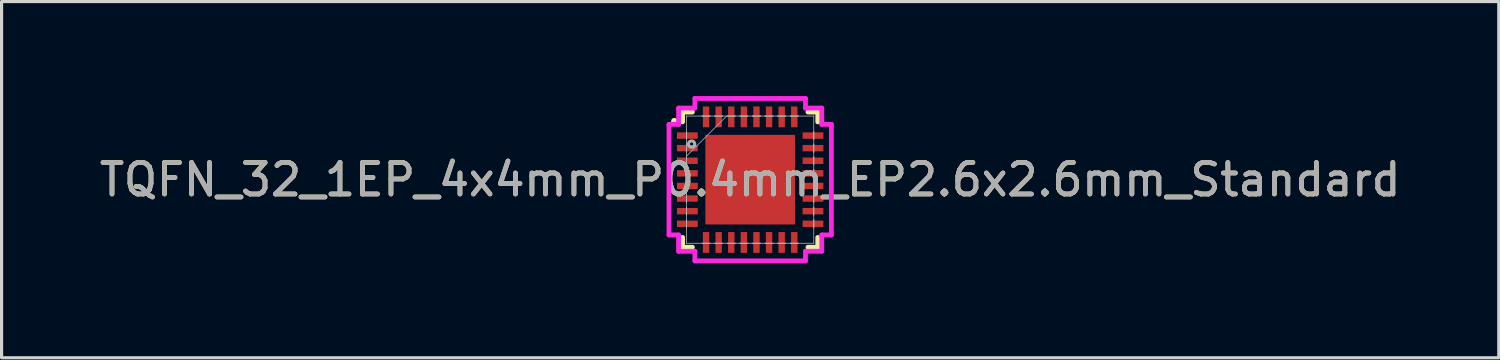
<source format=kicad_pcb>
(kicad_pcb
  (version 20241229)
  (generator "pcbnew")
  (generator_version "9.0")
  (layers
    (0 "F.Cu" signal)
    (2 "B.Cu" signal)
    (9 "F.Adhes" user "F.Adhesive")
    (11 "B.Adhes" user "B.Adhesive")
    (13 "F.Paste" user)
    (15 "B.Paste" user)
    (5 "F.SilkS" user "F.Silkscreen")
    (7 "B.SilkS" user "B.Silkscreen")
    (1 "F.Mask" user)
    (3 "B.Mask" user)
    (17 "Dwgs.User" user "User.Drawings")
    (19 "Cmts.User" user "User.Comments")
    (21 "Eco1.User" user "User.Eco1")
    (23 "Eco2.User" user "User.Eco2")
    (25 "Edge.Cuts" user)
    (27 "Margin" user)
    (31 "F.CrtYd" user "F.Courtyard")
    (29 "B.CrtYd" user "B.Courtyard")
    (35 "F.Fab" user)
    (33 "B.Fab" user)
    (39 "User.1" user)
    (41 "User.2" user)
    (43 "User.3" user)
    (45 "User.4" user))
  (footprint "TQFN_32_1EP_4x4mm_P0.4mm_EP2.6x2.6mm_Standard"
    (layer "F.Cu")
    (at 20.768 2.654)
    (property "Reference" "TQFN_32_1EP_4x4mm_P0.4mm_EP2.6x2.6mm_Standard" (at 0 0 0) (unlocked yes) (layer "F.SilkS") (effects (font (size 1 1) (thickness 0.15))))
    (attr smd)
    (fp_line (start -2.146 -2.146) (end -2.146 -1.834) (stroke (width 0.152) (type solid)) (layer "F.SilkS"))
    (fp_line (start -2.146 1.834) (end -2.146 2.146) (stroke (width 0.152) (type solid)) (layer "F.SilkS"))
    (fp_line (start -2.146 2.146) (end -1.834 2.146) (stroke (width 0.152) (type solid)) (layer "F.SilkS"))
    (fp_line (start -1.834 -2.146) (end -2.146 -2.146) (stroke (width 0.152) (type solid)) (layer "F.SilkS"))
    (fp_line (start 1.834 2.146) (end 2.146 2.146) (stroke (width 0.152) (type solid)) (layer "F.SilkS"))
    (fp_line (start 2.146 -2.146) (end 1.834 -2.146) (stroke (width 0.152) (type solid)) (layer "F.SilkS"))
    (fp_line (start 2.146 -1.834) (end 2.146 -2.146) (stroke (width 0.152) (type solid)) (layer "F.SilkS"))
    (fp_line (start 2.146 2.146) (end 2.146 1.834) (stroke (width 0.152) (type solid)) (layer "F.SilkS"))
    (fp_circle (center -2.41 -1.86) (end -2.31 -1.86) (stroke (width 0) (type solid)) (fill yes) (layer "F.SilkS"))
    (fp_poly (pts (xy -1.322 -1.322) (xy -1.322 -0.1) (xy -0.1 -0.1) (xy -0.1 -1.322)) (stroke (width 0) (type solid)) (fill yes) (layer "F.Paste"))
    (fp_poly (pts (xy -1.322 0.1) (xy -1.322 1.322) (xy -0.1 1.322) (xy -0.1 0.1)) (stroke (width 0) (type solid)) (fill yes) (layer "F.Paste"))
    (fp_poly (pts (xy 0.1 -1.322) (xy 0.1 -0.1) (xy 1.322 -0.1) (xy 1.322 -1.322)) (stroke (width 0) (type solid)) (fill yes) (layer "F.Paste"))
    (fp_poly (pts (xy 0.1 0.1) (xy 0.1 1.322) (xy 1.322 1.322) (xy 1.322 0.1)) (stroke (width 0) (type solid)) (fill yes) (layer "F.Paste"))
    (fp_line (start -2.578 -1.756) (end -2.273 -1.756) (stroke (width 0.152) (type solid)) (layer "F.CrtYd"))
    (fp_line (start -2.578 1.756) (end -2.578 -1.756) (stroke (width 0.152) (type solid)) (layer "F.CrtYd"))
    (fp_line (start -2.273 -2.273) (end -1.756 -2.273) (stroke (width 0.152) (type solid)) (layer "F.CrtYd"))
    (fp_line (start -2.273 -1.756) (end -2.273 -2.273) (stroke (width 0.152) (type solid)) (layer "F.CrtYd"))
    (fp_line (start -2.273 1.756) (end -2.578 1.756) (stroke (width 0.152) (type solid)) (layer "F.CrtYd"))
    (fp_line (start -2.273 2.273) (end -2.273 1.756) (stroke (width 0.152) (type solid)) (layer "F.CrtYd"))
    (fp_line (start -1.756 -2.578) (end 1.756 -2.578) (stroke (width 0.152) (type solid)) (layer "F.CrtYd"))
    (fp_line (start -1.756 -2.273) (end -1.756 -2.578) (stroke (width 0.152) (type solid)) (layer "F.CrtYd"))
    (fp_line (start -1.756 2.273) (end -2.273 2.273) (stroke (width 0.152) (type solid)) (layer "F.CrtYd"))
    (fp_line (start -1.756 2.578) (end -1.756 2.273) (stroke (width 0.152) (type solid)) (layer "F.CrtYd"))
    (fp_line (start 1.756 -2.578) (end 1.756 -2.273) (stroke (width 0.152) (type solid)) (layer "F.CrtYd"))
    (fp_line (start 1.756 -2.273) (end 2.273 -2.273) (stroke (width 0.152) (type solid)) (layer "F.CrtYd"))
    (fp_line (start 1.756 2.273) (end 1.756 2.578) (stroke (width 0.152) (type solid)) (layer "F.CrtYd"))
    (fp_line (start 1.756 2.578) (end -1.756 2.578) (stroke (width 0.152) (type solid)) (layer "F.CrtYd"))
    (fp_line (start 2.273 -2.273) (end 2.273 -1.756) (stroke (width 0.152) (type solid)) (layer "F.CrtYd"))
    (fp_line (start 2.273 -1.756) (end 2.578 -1.756) (stroke (width 0.152) (type solid)) (layer "F.CrtYd"))
    (fp_line (start 2.273 1.756) (end 2.273 2.273) (stroke (width 0.152) (type solid)) (layer "F.CrtYd"))
    (fp_line (start 2.273 2.273) (end 1.756 2.273) (stroke (width 0.152) (type solid)) (layer "F.CrtYd"))
    (fp_line (start 2.578 -1.756) (end 2.578 1.756) (stroke (width 0.152) (type solid)) (layer "F.CrtYd"))
    (fp_line (start 2.578 1.756) (end 2.273 1.756) (stroke (width 0.152) (type solid)) (layer "F.CrtYd"))
    (fp_line (start -2.019 -2.019) (end -2.019 -2.019) (stroke (width 0.025) (type solid)) (layer "F.Fab"))
    (fp_line (start -2.019 -2.019) (end -2.019 2.019) (stroke (width 0.025) (type solid)) (layer "F.Fab"))
    (fp_line (start -2.019 -1.527) (end -2.019 -1.527) (stroke (width 0.025) (type solid)) (layer "F.Fab"))
    (fp_line (start -2.019 -1.527) (end -2.019 -1.273) (stroke (width 0.025) (type solid)) (layer "F.Fab"))
    (fp_line (start -2.019 -1.273) (end -2.019 -1.527) (stroke (width 0.025) (type solid)) (layer "F.Fab"))
    (fp_line (start -2.019 -1.273) (end -2.019 -1.273) (stroke (width 0.025) (type solid)) (layer "F.Fab"))
    (fp_line (start -2.019 -1.127) (end -2.019 -1.127) (stroke (width 0.025) (type solid)) (layer "F.Fab"))
    (fp_line (start -2.019 -1.127) (end -2.019 -0.873) (stroke (width 0.025) (type solid)) (layer "F.Fab"))
    (fp_line (start -2.019 -0.873) (end -2.019 -1.127) (stroke (width 0.025) (type solid)) (layer "F.Fab"))
    (fp_line (start -2.019 -0.873) (end -2.019 -0.873) (stroke (width 0.025) (type solid)) (layer "F.Fab"))
    (fp_line (start -2.019 -0.749) (end -0.749 -2.019) (stroke (width 0.025) (type solid)) (layer "F.Fab"))
    (fp_line (start -2.019 -0.727) (end -2.019 -0.727) (stroke (width 0.025) (type solid)) (layer "F.Fab"))
    (fp_line (start -2.019 -0.727) (end -2.019 -0.473) (stroke (width 0.025) (type solid)) (layer "F.Fab"))
    (fp_line (start -2.019 -0.473) (end -2.019 -0.727) (stroke (width 0.025) (type solid)) (layer "F.Fab"))
    (fp_line (start -2.019 -0.473) (end -2.019 -0.473) (stroke (width 0.025) (type solid)) (layer "F.Fab"))
    (fp_line (start -2.019 -0.327) (end -2.019 -0.327) (stroke (width 0.025) (type solid)) (layer "F.Fab"))
    (fp_line (start -2.019 -0.327) (end -2.019 -0.073) (stroke (width 0.025) (type solid)) (layer "F.Fab"))
    (fp_line (start -2.019 -0.073) (end -2.019 -0.327) (stroke (width 0.025) (type solid)) (layer "F.Fab"))
    (fp_line (start -2.019 -0.073) (end -2.019 -0.073) (stroke (width 0.025) (type solid)) (layer "F.Fab"))
    (fp_line (start -2.019 0.073) (end -2.019 0.073) (stroke (width 0.025) (type solid)) (layer "F.Fab"))
    (fp_line (start -2.019 0.073) (end -2.019 0.327) (stroke (width 0.025) (type solid)) (layer "F.Fab"))
    (fp_line (start -2.019 0.327) (end -2.019 0.073) (stroke (width 0.025) (type solid)) (layer "F.Fab"))
    (fp_line (start -2.019 0.327) (end -2.019 0.327) (stroke (width 0.025) (type solid)) (layer "F.Fab"))
    (fp_line (start -2.019 0.473) (end -2.019 0.473) (stroke (width 0.025) (type solid)) (layer "F.Fab"))
    (fp_line (start -2.019 0.473) (end -2.019 0.727) (stroke (width 0.025) (type solid)) (layer "F.Fab"))
    (fp_line (start -2.019 0.727) (end -2.019 0.473) (stroke (width 0.025) (type solid)) (layer "F.Fab"))
    (fp_line (start -2.019 0.727) (end -2.019 0.727) (stroke (width 0.025) (type solid)) (layer "F.Fab"))
    (fp_line (start -2.019 0.873) (end -2.019 0.873) (stroke (width 0.025) (type solid)) (layer "F.Fab"))
    (fp_line (start -2.019 0.873) (end -2.019 1.127) (stroke (width 0.025) (type solid)) (layer "F.Fab"))
    (fp_line (start -2.019 1.127) (end -2.019 0.873) (stroke (width 0.025) (type solid)) (layer "F.Fab"))
    (fp_line (start -2.019 1.127) (end -2.019 1.127) (stroke (width 0.025) (type solid)) (layer "F.Fab"))
    (fp_line (start -2.019 1.273) (end -2.019 1.273) (stroke (width 0.025) (type solid)) (layer "F.Fab"))
    (fp_line (start -2.019 1.273) (end -2.019 1.527) (stroke (width 0.025) (type solid)) (layer "F.Fab"))
    (fp_line (start -2.019 1.527) (end -2.019 1.273) (stroke (width 0.025) (type solid)) (layer "F.Fab"))
    (fp_line (start -2.019 1.527) (end -2.019 1.527) (stroke (width 0.025) (type solid)) (layer "F.Fab"))
    (fp_line (start -2.019 2.019) (end -2.019 2.019) (stroke (width 0.025) (type solid)) (layer "F.Fab"))
    (fp_line (start -2.019 2.019) (end 2.019 2.019) (stroke (width 0.025) (type solid)) (layer "F.Fab"))
    (fp_line (start -1.527 -2.019) (end -1.527 -2.019) (stroke (width 0.025) (type solid)) (layer "F.Fab"))
    (fp_line (start -1.527 -2.019) (end -1.273 -2.019) (stroke (width 0.025) (type solid)) (layer "F.Fab"))
    (fp_line (start -1.527 2.019) (end -1.527 2.019) (stroke (width 0.025) (type solid)) (layer "F.Fab"))
    (fp_line (start -1.527 2.019) (end -1.273 2.019) (stroke (width 0.025) (type solid)) (layer "F.Fab"))
    (fp_line (start -1.273 -2.019) (end -1.527 -2.019) (stroke (width 0.025) (type solid)) (layer "F.Fab"))
    (fp_line (start -1.273 -2.019) (end -1.273 -2.019) (stroke (width 0.025) (type solid)) (layer "F.Fab"))
    (fp_line (start -1.273 2.019) (end -1.527 2.019) (stroke (width 0.025) (type solid)) (layer "F.Fab"))
    (fp_line (start -1.273 2.019) (end -1.273 2.019) (stroke (width 0.025) (type solid)) (layer "F.Fab"))
    (fp_line (start -1.127 -2.019) (end -1.127 -2.019) (stroke (width 0.025) (type solid)) (layer "F.Fab"))
    (fp_line (start -1.127 -2.019) (end -0.873 -2.019) (stroke (width 0.025) (type solid)) (layer "F.Fab"))
    (fp_line (start -1.127 2.019) (end -1.127 2.019) (stroke (width 0.025) (type solid)) (layer "F.Fab"))
    (fp_line (start -1.127 2.019) (end -0.873 2.019) (stroke (width 0.025) (type solid)) (layer "F.Fab"))
    (fp_line (start -0.873 -2.019) (end -1.127 -2.019) (stroke (width 0.025) (type solid)) (layer "F.Fab"))
    (fp_line (start -0.873 -2.019) (end -0.873 -2.019) (stroke (width 0.025) (type solid)) (layer "F.Fab"))
    (fp_line (start -0.873 2.019) (end -1.127 2.019) (stroke (width 0.025) (type solid)) (layer "F.Fab"))
    (fp_line (start -0.873 2.019) (end -0.873 2.019) (stroke (width 0.025) (type solid)) (layer "F.Fab"))
    (fp_line (start -0.727 -2.019) (end -0.727 -2.019) (stroke (width 0.025) (type solid)) (layer "F.Fab"))
    (fp_line (start -0.727 -2.019) (end -0.473 -2.019) (stroke (width 0.025) (type solid)) (layer "F.Fab"))
    (fp_line (start -0.727 2.019) (end -0.727 2.019) (stroke (width 0.025) (type solid)) (layer "F.Fab"))
    (fp_line (start -0.727 2.019) (end -0.473 2.019) (stroke (width 0.025) (type solid)) (layer "F.Fab"))
    (fp_line (start -0.473 -2.019) (end -0.727 -2.019) (stroke (width 0.025) (type solid)) (layer "F.Fab"))
    (fp_line (start -0.473 -2.019) (end -0.473 -2.019) (stroke (width 0.025) (type solid)) (layer "F.Fab"))
    (fp_line (start -0.473 2.019) (end -0.727 2.019) (stroke (width 0.025) (type solid)) (layer "F.Fab"))
    (fp_line (start -0.473 2.019) (end -0.473 2.019) (stroke (width 0.025) (type solid)) (layer "F.Fab"))
    (fp_line (start -0.327 -2.019) (end -0.327 -2.019) (stroke (width 0.025) (type solid)) (layer "F.Fab"))
    (fp_line (start -0.327 -2.019) (end -0.073 -2.019) (stroke (width 0.025) (type solid)) (layer "F.Fab"))
    (fp_line (start -0.327 2.019) (end -0.327 2.019) (stroke (width 0.025) (type solid)) (layer "F.Fab"))
    (fp_line (start -0.327 2.019) (end -0.073 2.019) (stroke (width 0.025) (type solid)) (layer "F.Fab"))
    (fp_line (start -0.073 -2.019) (end -0.327 -2.019) (stroke (width 0.025) (type solid)) (layer "F.Fab"))
    (fp_line (start -0.073 -2.019) (end -0.073 -2.019) (stroke (width 0.025) (type solid)) (layer "F.Fab"))
    (fp_line (start -0.073 2.019) (end -0.327 2.019) (stroke (width 0.025) (type solid)) (layer "F.Fab"))
    (fp_line (start -0.073 2.019) (end -0.073 2.019) (stroke (width 0.025) (type solid)) (layer "F.Fab"))
    (fp_line (start 0.073 -2.019) (end 0.073 -2.019) (stroke (width 0.025) (type solid)) (layer "F.Fab"))
    (fp_line (start 0.073 -2.019) (end 0.327 -2.019) (stroke (width 0.025) (type solid)) (layer "F.Fab"))
    (fp_line (start 0.073 2.019) (end 0.073 2.019) (stroke (width 0.025) (type solid)) (layer "F.Fab"))
    (fp_line (start 0.073 2.019) (end 0.327 2.019) (stroke (width 0.025) (type solid)) (layer "F.Fab"))
    (fp_line (start 0.327 -2.019) (end 0.073 -2.019) (stroke (width 0.025) (type solid)) (layer "F.Fab"))
    (fp_line (start 0.327 -2.019) (end 0.327 -2.019) (stroke (width 0.025) (type solid)) (layer "F.Fab"))
    (fp_line (start 0.327 2.019) (end 0.073 2.019) (stroke (width 0.025) (type solid)) (layer "F.Fab"))
    (fp_line (start 0.327 2.019) (end 0.327 2.019) (stroke (width 0.025) (type solid)) (layer "F.Fab"))
    (fp_line (start 0.473 -2.019) (end 0.473 -2.019) (stroke (width 0.025) (type solid)) (layer "F.Fab"))
    (fp_line (start 0.473 -2.019) (end 0.727 -2.019) (stroke (width 0.025) (type solid)) (layer "F.Fab"))
    (fp_line (start 0.473 2.019) (end 0.473 2.019) (stroke (width 0.025) (type solid)) (layer "F.Fab"))
    (fp_line (start 0.473 2.019) (end 0.727 2.019) (stroke (width 0.025) (type solid)) (layer "F.Fab"))
    (fp_line (start 0.727 -2.019) (end 0.473 -2.019) (stroke (width 0.025) (type solid)) (layer "F.Fab"))
    (fp_line (start 0.727 -2.019) (end 0.727 -2.019) (stroke (width 0.025) (type solid)) (layer "F.Fab"))
    (fp_line (start 0.727 2.019) (end 0.473 2.019) (stroke (width 0.025) (type solid)) (layer "F.Fab"))
    (fp_line (start 0.727 2.019) (end 0.727 2.019) (stroke (width 0.025) (type solid)) (layer "F.Fab"))
    (fp_line (start 0.873 -2.019) (end 0.873 -2.019) (stroke (width 0.025) (type solid)) (layer "F.Fab"))
    (fp_line (start 0.873 -2.019) (end 1.127 -2.019) (stroke (width 0.025) (type solid)) (layer "F.Fab"))
    (fp_line (start 0.873 2.019) (end 0.873 2.019) (stroke (width 0.025) (type solid)) (layer "F.Fab"))
    (fp_line (start 0.873 2.019) (end 1.127 2.019) (stroke (width 0.025) (type solid)) (layer "F.Fab"))
    (fp_line (start 1.127 -2.019) (end 0.873 -2.019) (stroke (width 0.025) (type solid)) (layer "F.Fab"))
    (fp_line (start 1.127 -2.019) (end 1.127 -2.019) (stroke (width 0.025) (type solid)) (layer "F.Fab"))
    (fp_line (start 1.127 2.019) (end 0.873 2.019) (stroke (width 0.025) (type solid)) (layer "F.Fab"))
    (fp_line (start 1.127 2.019) (end 1.127 2.019) (stroke (width 0.025) (type solid)) (layer "F.Fab"))
    (fp_line (start 1.273 -2.019) (end 1.273 -2.019) (stroke (width 0.025) (type solid)) (layer "F.Fab"))
    (fp_line (start 1.273 -2.019) (end 1.527 -2.019) (stroke (width 0.025) (type solid)) (layer "F.Fab"))
    (fp_line (start 1.273 2.019) (end 1.273 2.019) (stroke (width 0.025) (type solid)) (layer "F.Fab"))
    (fp_line (start 1.273 2.019) (end 1.527 2.019) (stroke (width 0.025) (type solid)) (layer "F.Fab"))
    (fp_line (start 1.527 -2.019) (end 1.273 -2.019) (stroke (width 0.025) (type solid)) (layer "F.Fab"))
    (fp_line (start 1.527 -2.019) (end 1.527 -2.019) (stroke (width 0.025) (type solid)) (layer "F.Fab"))
    (fp_line (start 1.527 2.019) (end 1.273 2.019) (stroke (width 0.025) (type solid)) (layer "F.Fab"))
    (fp_line (start 1.527 2.019) (end 1.527 2.019) (stroke (width 0.025) (type solid)) (layer "F.Fab"))
    (fp_line (start 2.019 -2.019) (end -2.019 -2.019) (stroke (width 0.025) (type solid)) (layer "F.Fab"))
    (fp_line (start 2.019 -2.019) (end 2.019 -2.019) (stroke (width 0.025) (type solid)) (layer "F.Fab"))
    (fp_line (start 2.019 -1.527) (end 2.019 -1.527) (stroke (width 0.025) (type solid)) (layer "F.Fab"))
    (fp_line (start 2.019 -1.527) (end 2.019 -1.273) (stroke (width 0.025) (type solid)) (layer "F.Fab"))
    (fp_line (start 2.019 -1.273) (end 2.019 -1.527) (stroke (width 0.025) (type solid)) (layer "F.Fab"))
    (fp_line (start 2.019 -1.273) (end 2.019 -1.273) (stroke (width 0.025) (type solid)) (layer "F.Fab"))
    (fp_line (start 2.019 -1.127) (end 2.019 -1.127) (stroke (width 0.025) (type solid)) (layer "F.Fab"))
    (fp_line (start 2.019 -1.127) (end 2.019 -0.873) (stroke (width 0.025) (type solid)) (layer "F.Fab"))
    (fp_line (start 2.019 -0.873) (end 2.019 -1.127) (stroke (width 0.025) (type solid)) (layer "F.Fab"))
    (fp_line (start 2.019 -0.873) (end 2.019 -0.873) (stroke (width 0.025) (type solid)) (layer "F.Fab"))
    (fp_line (start 2.019 -0.727) (end 2.019 -0.727) (stroke (width 0.025) (type solid)) (layer "F.Fab"))
    (fp_line (start 2.019 -0.727) (end 2.019 -0.473) (stroke (width 0.025) (type solid)) (layer "F.Fab"))
    (fp_line (start 2.019 -0.473) (end 2.019 -0.727) (stroke (width 0.025) (type solid)) (layer "F.Fab"))
    (fp_line (start 2.019 -0.473) (end 2.019 -0.473) (stroke (width 0.025) (type solid)) (layer "F.Fab"))
    (fp_line (start 2.019 -0.327) (end 2.019 -0.327) (stroke (width 0.025) (type solid)) (layer "F.Fab"))
    (fp_line (start 2.019 -0.327) (end 2.019 -0.073) (stroke (width 0.025) (type solid)) (layer "F.Fab"))
    (fp_line (start 2.019 -0.073) (end 2.019 -0.327) (stroke (width 0.025) (type solid)) (layer "F.Fab"))
    (fp_line (start 2.019 -0.073) (end 2.019 -0.073) (stroke (width 0.025) (type solid)) (layer "F.Fab"))
    (fp_line (start 2.019 0.073) (end 2.019 0.073) (stroke (width 0.025) (type solid)) (layer "F.Fab"))
    (fp_line (start 2.019 0.073) (end 2.019 0.327) (stroke (width 0.025) (type solid)) (layer "F.Fab"))
    (fp_line (start 2.019 0.327) (end 2.019 0.073) (stroke (width 0.025) (type solid)) (layer "F.Fab"))
    (fp_line (start 2.019 0.327) (end 2.019 0.327) (stroke (width 0.025) (type solid)) (layer "F.Fab"))
    (fp_line (start 2.019 0.473) (end 2.019 0.473) (stroke (width 0.025) (type solid)) (layer "F.Fab"))
    (fp_line (start 2.019 0.473) (end 2.019 0.727) (stroke (width 0.025) (type solid)) (layer "F.Fab"))
    (fp_line (start 2.019 0.727) (end 2.019 0.473) (stroke (width 0.025) (type solid)) (layer "F.Fab"))
    (fp_line (start 2.019 0.727) (end 2.019 0.727) (stroke (width 0.025) (type solid)) (layer "F.Fab"))
    (fp_line (start 2.019 0.873) (end 2.019 0.873) (stroke (width 0.025) (type solid)) (layer "F.Fab"))
    (fp_line (start 2.019 0.873) (end 2.019 1.127) (stroke (width 0.025) (type solid)) (layer "F.Fab"))
    (fp_line (start 2.019 1.127) (end 2.019 0.873) (stroke (width 0.025) (type solid)) (layer "F.Fab"))
    (fp_line (start 2.019 1.127) (end 2.019 1.127) (stroke (width 0.025) (type solid)) (layer "F.Fab"))
    (fp_line (start 2.019 1.273) (end 2.019 1.273) (stroke (width 0.025) (type solid)) (layer "F.Fab"))
    (fp_line (start 2.019 1.273) (end 2.019 1.527) (stroke (width 0.025) (type solid)) (layer "F.Fab"))
    (fp_line (start 2.019 1.527) (end 2.019 1.273) (stroke (width 0.025) (type solid)) (layer "F.Fab"))
    (fp_line (start 2.019 1.527) (end 2.019 1.527) (stroke (width 0.025) (type solid)) (layer "F.Fab"))
    (fp_line (start 2.019 2.019) (end 2.019 -2.019) (stroke (width 0.025) (type solid)) (layer "F.Fab"))
    (fp_line (start 2.019 2.019) (end 2.019 2.019) (stroke (width 0.025) (type solid)) (layer "F.Fab"))
    (fp_circle (center -1.86 -1.13) (end -1.76 -1.13) (stroke (width 0.1) (type solid)) (fill no) (layer "F.Fab"))
    (fp_text user "${REFERENCE}" (at 0 0 0) (unlocked yes) (layer "F.Fab") (effects (font (size 1 1) (thickness 0.15))))
    (pad "1" smd rect (at -1.994 -1.4 90) (size 0.203 0.66) (layers "F.Cu" "F.Mask" "F.Paste"))
    (pad "2" smd rect (at -1.994 -1 90) (size 0.203 0.66) (layers "F.Cu" "F.Mask" "F.Paste"))
    (pad "3" smd rect (at -1.994 -0.6 90) (size 0.203 0.66) (layers "F.Cu" "F.Mask" "F.Paste"))
    (pad "4" smd rect (at -1.994 -0.2 90) (size 0.203 0.66) (layers "F.Cu" "F.Mask" "F.Paste"))
    (pad "5" smd rect (at -1.994 0.2 90) (size 0.203 0.66) (layers "F.Cu" "F.Mask" "F.Paste"))
    (pad "6" smd rect (at -1.994 0.6 90) (size 0.203 0.66) (layers "F.Cu" "F.Mask" "F.Paste"))
    (pad "7" smd rect (at -1.994 1 90) (size 0.203 0.66) (layers "F.Cu" "F.Mask" "F.Paste"))
    (pad "8" smd rect (at -1.994 1.4 90) (size 0.203 0.66) (layers "F.Cu" "F.Mask" "F.Paste"))
    (pad "9" smd rect (at -1.4 1.994) (size 0.203 0.66) (layers "F.Cu" "F.Mask" "F.Paste"))
    (pad "10" smd rect (at -1 1.994) (size 0.203 0.66) (layers "F.Cu" "F.Mask" "F.Paste"))
    (pad "11" smd rect (at -0.6 1.994) (size 0.203 0.66) (layers "F.Cu" "F.Mask" "F.Paste"))
    (pad "12" smd rect (at -0.2 1.994) (size 0.203 0.66) (layers "F.Cu" "F.Mask" "F.Paste"))
    (pad "13" smd rect (at 0.2 1.994) (size 0.203 0.66) (layers "F.Cu" "F.Mask" "F.Paste"))
    (pad "14" smd rect (at 0.6 1.994) (size 0.203 0.66) (layers "F.Cu" "F.Mask" "F.Paste"))
    (pad "15" smd rect (at 1 1.994) (size 0.203 0.66) (layers "F.Cu" "F.Mask" "F.Paste"))
    (pad "16" smd rect (at 1.4 1.994) (size 0.203 0.66) (layers "F.Cu" "F.Mask" "F.Paste"))
    (pad "17" smd rect (at 1.994 1.4 90) (size 0.203 0.66) (layers "F.Cu" "F.Mask" "F.Paste"))
    (pad "18" smd rect (at 1.994 1 90) (size 0.203 0.66) (layers "F.Cu" "F.Mask" "F.Paste"))
    (pad "19" smd rect (at 1.994 0.6 90) (size 0.203 0.66) (layers "F.Cu" "F.Mask" "F.Paste"))
    (pad "20" smd rect (at 1.994 0.2 90) (size 0.203 0.66) (layers "F.Cu" "F.Mask" "F.Paste"))
    (pad "21" smd rect (at 1.994 -0.2 90) (size 0.203 0.66) (layers "F.Cu" "F.Mask" "F.Paste"))
    (pad "22" smd rect (at 1.994 -0.6 90) (size 0.203 0.66) (layers "F.Cu" "F.Mask" "F.Paste"))
    (pad "23" smd rect (at 1.994 -1 90) (size 0.203 0.66) (layers "F.Cu" "F.Mask" "F.Paste"))
    (pad "24" smd rect (at 1.994 -1.4 90) (size 0.203 0.66) (layers "F.Cu" "F.Mask" "F.Paste"))
    (pad "25" smd rect (at 1.4 -1.994) (size 0.203 0.66) (layers "F.Cu" "F.Mask" "F.Paste"))
    (pad "26" smd rect (at 1 -1.994) (size 0.203 0.66) (layers "F.Cu" "F.Mask" "F.Paste"))
    (pad "27" smd rect (at 0.6 -1.994) (size 0.203 0.66) (layers "F.Cu" "F.Mask" "F.Paste"))
    (pad "28" smd rect (at 0.2 -1.994) (size 0.203 0.66) (layers "F.Cu" "F.Mask" "F.Paste"))
    (pad "29" smd rect (at -0.2 -1.994) (size 0.203 0.66) (layers "F.Cu" "F.Mask" "F.Paste"))
    (pad "30" smd rect (at -0.6 -1.994) (size 0.203 0.66) (layers "F.Cu" "F.Mask" "F.Paste"))
    (pad "31" smd rect (at -1 -1.994) (size 0.203 0.66) (layers "F.Cu" "F.Mask" "F.Paste"))
    (pad "32" smd rect (at -1.4 -1.994) (size 0.203 0.66) (layers "F.Cu" "F.Mask" "F.Paste"))
    (pad "33" smd rect (at 0 0) (size 2.845 2.845) (layers "F.Cu" "F.Mask" "F.Paste")))
  (gr_rect
    (start -3 -3)
    (end 44.536 8.309)
    (stroke (width 0.1) (type default))
    (fill no)
    (layer "Edge.Cuts")))
</source>
